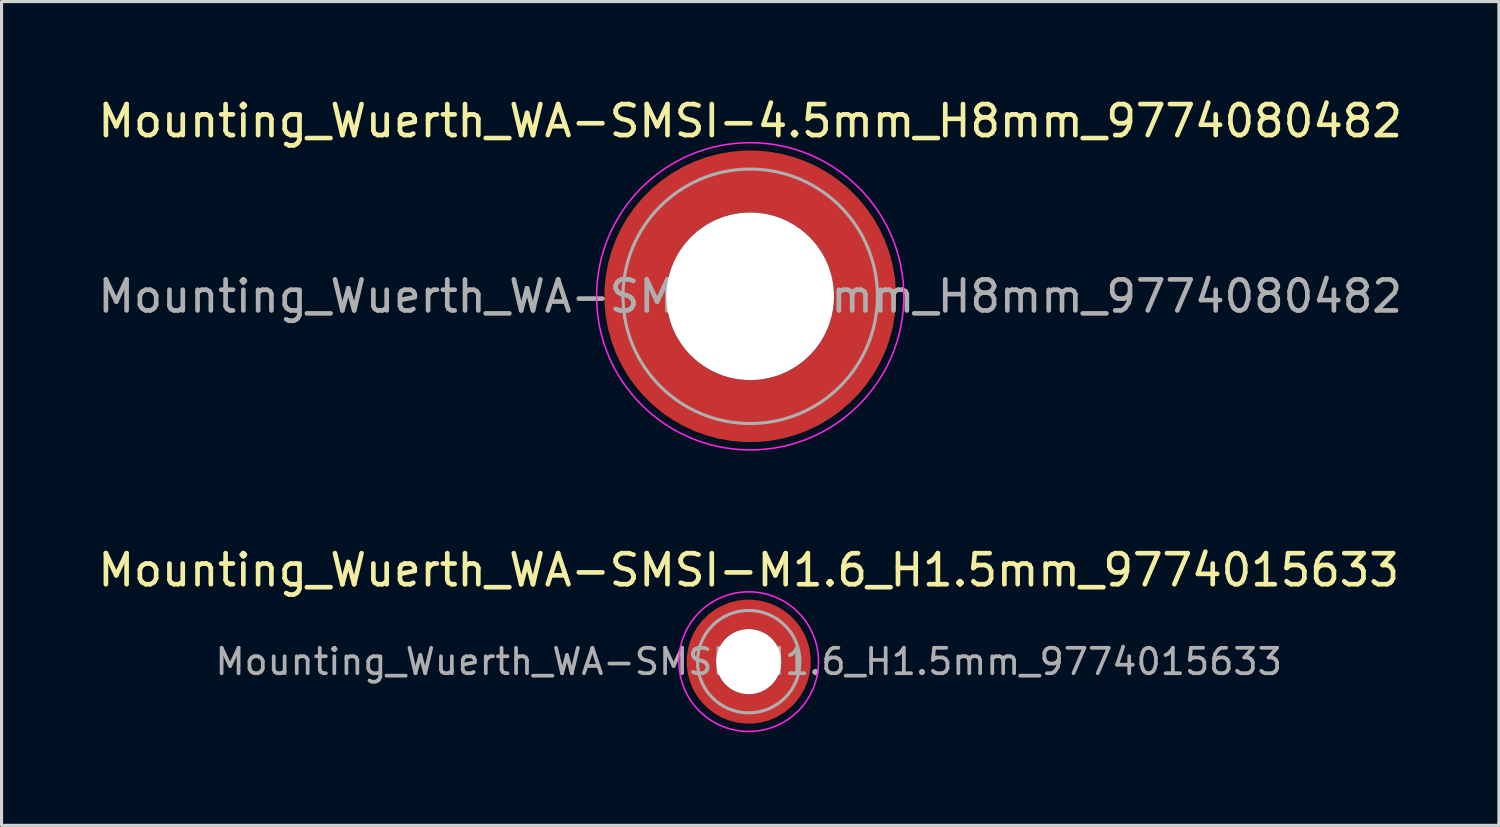
<source format=kicad_pcb>
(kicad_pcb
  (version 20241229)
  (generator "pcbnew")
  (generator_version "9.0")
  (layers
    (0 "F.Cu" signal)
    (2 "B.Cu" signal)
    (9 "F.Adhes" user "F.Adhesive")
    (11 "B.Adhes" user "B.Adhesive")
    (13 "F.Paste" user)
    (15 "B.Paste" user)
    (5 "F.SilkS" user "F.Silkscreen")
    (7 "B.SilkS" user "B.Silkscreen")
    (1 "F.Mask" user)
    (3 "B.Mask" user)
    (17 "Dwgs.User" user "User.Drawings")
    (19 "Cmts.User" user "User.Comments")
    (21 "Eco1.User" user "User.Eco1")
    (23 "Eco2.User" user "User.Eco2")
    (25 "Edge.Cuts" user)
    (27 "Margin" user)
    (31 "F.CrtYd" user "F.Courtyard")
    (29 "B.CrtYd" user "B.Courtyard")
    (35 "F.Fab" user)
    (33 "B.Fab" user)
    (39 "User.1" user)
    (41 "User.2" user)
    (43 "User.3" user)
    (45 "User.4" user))
  (footprint "Mounting_Wuerth_WA-SMSI-M1.6_H1.5mm_9774015633"
    (layer "F.Cu")
    (at 21.077 18.271)
    (property "Reference" "Mounting_Wuerth_WA-SMSI-M1.6_H1.5mm_9774015633" (at 0 -2.95 0) (layer "F.SilkS") (effects (font (size 1 1) (thickness 0.15))))
    (attr smd allow_soldermask_bridges)
    (fp_circle (center 0 0) (end 2.25 0) (stroke (width 0.05) (type solid)) (fill no) (layer "F.CrtYd"))
    (fp_circle (center 0 0) (end 1.65 0) (stroke (width 0.1) (type solid)) (fill no) (layer "F.Fab"))
    (fp_text user "${REFERENCE}" (at 0 0 0) (layer "F.Fab") (effects (font (size 0.82 0.82) (thickness 0.12))))
    (pad "" smd custom (at -1.061 -1.061) (size 0.4 0.4) (layers "F.Paste") (options (anchor circle)) (primitives (gr_arc (start -0.101235 0.76066) (mid 0.212132 0.212132) (end 0.76066 -0.101235) (width 0.2)) (gr_arc (start -0.204251 0.76066) (mid 0.141421 0.141421) (end 0.76066 -0.204251) (width 0.2)) (gr_arc (start -0.306819 0.76066) (mid 0.070711 0.070711) (end 0.76066 -0.306819) (width 0.2)) (gr_arc (start -0.409034 0.76066) (mid 0 0) (end 0.76066 -0.409034) (width 0.2)) (gr_arc (start -0.510963 0.76066) (mid -0.070711 -0.070711) (end 0.76066 -0.510963) (width 0.2)) (gr_arc (start -0.61266 0.76066) (mid -0.141421 -0.141421) (end 0.76066 -0.61266) (width 0.2)) (gr_arc (start -0.714164 0.76066) (mid -0.212132 -0.212132) (end 0.76066 -0.714164) (width 0.2)) (gr_line (start 0.761 -0.101) (end 0.761 -0.714) (width 0.2)) (gr_line (start -0.101 0.761) (end -0.714 0.761) (width 0.2))))
    (pad "" smd custom (at -1.061 1.061) (size 0.4 0.4) (layers "F.Paste") (options (anchor circle)) (primitives (gr_arc (start 0.76066 0.101235) (mid 0.212132 -0.212132) (end -0.101235 -0.76066) (width 0.2)) (gr_arc (start 0.76066 0.204251) (mid 0.141421 -0.141421) (end -0.204251 -0.76066) (width 0.2)) (gr_arc (start 0.76066 0.306819) (mid 0.070711 -0.070711) (end -0.306819 -0.76066) (width 0.2)) (gr_arc (start 0.76066 0.409034) (mid 0 0) (end -0.409034 -0.76066) (width 0.2)) (gr_arc (start 0.76066 0.510963) (mid -0.070711 0.070711) (end -0.510963 -0.76066) (width 0.2)) (gr_arc (start 0.76066 0.61266) (mid -0.141421 0.141421) (end -0.61266 -0.76066) (width 0.2)) (gr_arc (start 0.76066 0.714164) (mid -0.212132 0.212132) (end -0.714164 -0.76066) (width 0.2)) (gr_line (start -0.101 -0.761) (end -0.714 -0.761) (width 0.2)) (gr_line (start 0.761 0.101) (end 0.761 0.714) (width 0.2))))
    (pad "" np_thru_hole circle (at 0 0) (size 2.1 2.1) (drill 2.1) (layers "*.Cu" "*.Mask"))
    (pad "" smd custom (at 1.061 -1.061) (size 0.4 0.4) (layers "F.Paste") (options (anchor circle)) (primitives (gr_arc (start -0.76066 -0.101235) (mid -0.212132 0.212132) (end 0.101235 0.76066) (width 0.2)) (gr_arc (start -0.76066 -0.204251) (mid -0.141421 0.141421) (end 0.204251 0.76066) (width 0.2)) (gr_arc (start -0.76066 -0.306819) (mid -0.070711 0.070711) (end 0.306819 0.76066) (width 0.2)) (gr_arc (start -0.76066 -0.409034) (mid 0 0) (end 0.409034 0.76066) (width 0.2)) (gr_arc (start -0.76066 -0.510963) (mid 0.070711 -0.070711) (end 0.510963 0.76066) (width 0.2)) (gr_arc (start -0.76066 -0.61266) (mid 0.141421 -0.141421) (end 0.61266 0.76066) (width 0.2)) (gr_arc (start -0.76066 -0.714164) (mid 0.212132 -0.212132) (end 0.714164 0.76066) (width 0.2)) (gr_line (start 0.101 0.761) (end 0.714 0.761) (width 0.2)) (gr_line (start -0.761 -0.101) (end -0.761 -0.714) (width 0.2))))
    (pad "" smd custom (at 1.061 1.061) (size 0.4 0.4) (layers "F.Paste") (options (anchor circle)) (primitives (gr_arc (start 0.101235 -0.76066) (mid -0.212132 -0.212132) (end -0.76066 0.101235) (width 0.2)) (gr_arc (start 0.204251 -0.76066) (mid -0.141421 -0.141421) (end -0.76066 0.204251) (width 0.2)) (gr_arc (start 0.306819 -0.76066) (mid -0.070711 -0.070711) (end -0.76066 0.306819) (width 0.2)) (gr_arc (start 0.409034 -0.76066) (mid 0 0) (end -0.76066 0.409034) (width 0.2)) (gr_arc (start 0.510963 -0.76066) (mid 0.070711 0.070711) (end -0.76066 0.510963) (width 0.2)) (gr_arc (start 0.61266 -0.76066) (mid 0.141421 0.141421) (end -0.76066 0.61266) (width 0.2)) (gr_arc (start 0.714164 -0.76066) (mid 0.212132 0.212132) (end -0.76066 0.714164) (width 0.2)) (gr_line (start -0.761 0.101) (end -0.761 0.714) (width 0.2)) (gr_line (start 0.101 -0.761) (end 0.714 -0.761) (width 0.2))))
    (pad "1" smd circle (at -1.525 0) (size 0.442 0.442) (layers "F.Cu"))
    (pad "1" smd circle (at 0 -1.525) (size 0.442 0.442) (layers "F.Cu"))
    (pad "1" smd circle (at 0 1.525) (size 0.442 0.442) (layers "F.Cu"))
    (pad "1" smd custom (at 1.525 0) (size 0.95 0.95) (layers "F.Cu" "F.Mask") (options (anchor circle)) (primitives (gr_circle (center -1.525 0) (end 0 0) (width 0.95) (fill no)))))
  (footprint "Mounting_Wuerth_WA-SMSI-4.5mm_H8mm_9774080482"
    (layer "F.Cu")
    (at 21.125 6.498)
    (property "Reference" "Mounting_Wuerth_WA-SMSI-4.5mm_H8mm_9774080482" (at 0 -5.65 0) (layer "F.SilkS") (effects (font (size 1 1) (thickness 0.15))))
    (attr smd allow_soldermask_bridges)
    (fp_circle (center 0 0) (end 4.95 0) (stroke (width 0.05) (type solid)) (fill no) (layer "F.CrtYd"))
    (fp_circle (center 0 0) (end 4.1 0) (stroke (width 0.1) (type solid)) (fill no) (layer "F.Fab"))
    (fp_text user "${REFERENCE}" (at 0 0 0) (layer "F.Fab") (effects (font (size 1 1) (thickness 0.15))))
    (pad "" smd custom (at -2.607 -2.607) (size 0.948 0.948) (layers "F.Paste") (options (anchor circle)) (primitives (gr_arc (start -0.188183 2.107456) (mid 0.599273 0.599273) (end 2.107456 -0.188183) (width 0.2)) (gr_arc (start -0.289416 2.107456) (mid 0.52877 0.52877) (end 2.107456 -0.289416) (width 0.2)) (gr_arc (start -0.390547 2.107456) (mid 0.458268 0.458268) (end 2.107456 -0.390547) (width 0.2)) (gr_arc (start -0.491585 2.107456) (mid 0.387765 0.387765) (end 2.107456 -0.491585) (width 0.2)) (gr_arc (start -0.59254 2.107456) (mid 0.317262 0.317262) (end 2.107456 -0.59254) (width 0.2)) (gr_arc (start -0.693419 2.107456) (mid 0.246759 0.246759) (end 2.107456 -0.693419) (width 0.2)) (gr_arc (start -0.794229 2.107456) (mid 0.176257 0.176257) (end 2.107456 -0.794229) (width 0.2)) (gr_arc (start -0.894975 2.107456) (mid 0.105754 0.105754) (end 2.107456 -0.894975) (width 0.2)) (gr_arc (start -0.995664 2.107456) (mid 0.035251 0.035251) (end 2.107456 -0.995664) (width 0.2)) (gr_arc (start -1.0963 2.107456) (mid -0.035251 -0.035251) (end 2.107456 -1.0963) (width 0.2)) (gr_arc (start -1.196886 2.107456) (mid -0.105754 -0.105754) (end 2.107456 -1.196886) (width 0.2)) (gr_arc (start -1.297427 2.107456) (mid -0.176257 -0.176257) (end 2.107456 -1.297427) (width 0.2)) (gr_arc (start -1.397927 2.107456) (mid -0.246759 -0.246759) (end 2.107456 -1.397927) (width 0.2)) (gr_arc (start -1.498388 2.107456) (mid -0.317262 -0.317262) (end 2.107456 -1.498388) (width 0.2)) (gr_arc (start -1.598813 2.107456) (mid -0.387765 -0.387765) (end 2.107456 -1.598813) (width 0.2)) (gr_arc (start -1.699204 2.107456) (mid -0.458268 -0.458268) (end 2.107456 -1.699204) (width 0.2)) (gr_arc (start -1.799565 2.107456) (mid -0.52877 -0.52877) (end 2.107456 -1.799565) (width 0.2)) (gr_arc (start -1.899896 2.107456) (mid -0.599273 -0.599273) (end 2.107456 -1.899896) (width 0.2)) (gr_arc (start -1.899896 2.107456) (mid -0.599273 -0.599273) (end 2.107456 -1.899896) (width 0.2)) (gr_line (start 2.107 -0.188) (end 2.107 -1.9) (width 0.2)) (gr_line (start -0.188 2.107) (end -1.9 2.107) (width 0.2))))
    (pad "" smd custom (at -2.607 2.607) (size 0.948 0.948) (layers "F.Paste") (options (anchor circle)) (primitives (gr_arc (start 2.107456 0.188183) (mid 0.599273 -0.599273) (end -0.188183 -2.107456) (width 0.2)) (gr_arc (start 2.107456 0.289416) (mid 0.52877 -0.52877) (end -0.289416 -2.107456) (width 0.2)) (gr_arc (start 2.107456 0.390547) (mid 0.458268 -0.458268) (end -0.390547 -2.107456) (width 0.2)) (gr_arc (start 2.107456 0.491585) (mid 0.387765 -0.387765) (end -0.491585 -2.107456) (width 0.2)) (gr_arc (start 2.107456 0.59254) (mid 0.317262 -0.317262) (end -0.59254 -2.107456) (width 0.2)) (gr_arc (start 2.107456 0.693419) (mid 0.246759 -0.246759) (end -0.693419 -2.107456) (width 0.2)) (gr_arc (start 2.107456 0.794229) (mid 0.176257 -0.176257) (end -0.794229 -2.107456) (width 0.2)) (gr_arc (start 2.107456 0.894975) (mid 0.105754 -0.105754) (end -0.894975 -2.107456) (width 0.2)) (gr_arc (start 2.107456 0.995664) (mid 0.035251 -0.035251) (end -0.995664 -2.107456) (width 0.2)) (gr_arc (start 2.107456 1.0963) (mid -0.035251 0.035251) (end -1.0963 -2.107456) (width 0.2)) (gr_arc (start 2.107456 1.196886) (mid -0.105754 0.105754) (end -1.196886 -2.107456) (width 0.2)) (gr_arc (start 2.107456 1.297427) (mid -0.176257 0.176257) (end -1.297427 -2.107456) (width 0.2)) (gr_arc (start 2.107456 1.397927) (mid -0.246759 0.246759) (end -1.397927 -2.107456) (width 0.2)) (gr_arc (start 2.107456 1.498388) (mid -0.317262 0.317262) (end -1.498388 -2.107456) (width 0.2)) (gr_arc (start 2.107456 1.598813) (mid -0.387765 0.387765) (end -1.598813 -2.107456) (width 0.2)) (gr_arc (start 2.107456 1.699204) (mid -0.458268 0.458268) (end -1.699204 -2.107456) (width 0.2)) (gr_arc (start 2.107456 1.799565) (mid -0.52877 0.52877) (end -1.799565 -2.107456) (width 0.2)) (gr_arc (start 2.107456 1.899896) (mid -0.599273 0.599273) (end -1.899896 -2.107456) (width 0.2)) (gr_arc (start 2.107456 1.899896) (mid -0.599273 0.599273) (end -1.899896 -2.107456) (width 0.2)) (gr_line (start -0.188 -2.107) (end -1.9 -2.107) (width 0.2)) (gr_line (start 2.107 0.188) (end 2.107 1.9) (width 0.2))))
    (pad "" np_thru_hole circle (at 0 0) (size 5.4 5.4) (drill 5.4) (layers "*.Cu" "*.Mask"))
    (pad "" smd custom (at 2.607 -2.607) (size 0.948 0.948) (layers "F.Paste") (options (anchor circle)) (primitives (gr_arc (start -2.107456 -0.188183) (mid -0.599273 0.599273) (end 0.188183 2.107456) (width 0.2)) (gr_arc (start -2.107456 -0.289416) (mid -0.52877 0.52877) (end 0.289416 2.107456) (width 0.2)) (gr_arc (start -2.107456 -0.390547) (mid -0.458268 0.458268) (end 0.390547 2.107456) (width 0.2)) (gr_arc (start -2.107456 -0.491585) (mid -0.387765 0.387765) (end 0.491585 2.107456) (width 0.2)) (gr_arc (start -2.107456 -0.59254) (mid -0.317262 0.317262) (end 0.59254 2.107456) (width 0.2)) (gr_arc (start -2.107456 -0.693419) (mid -0.246759 0.246759) (end 0.693419 2.107456) (width 0.2)) (gr_arc (start -2.107456 -0.794229) (mid -0.176257 0.176257) (end 0.794229 2.107456) (width 0.2)) (gr_arc (start -2.107456 -0.894975) (mid -0.105754 0.105754) (end 0.894975 2.107456) (width 0.2)) (gr_arc (start -2.107456 -0.995664) (mid -0.035251 0.035251) (end 0.995664 2.107456) (width 0.2)) (gr_arc (start -2.107456 -1.0963) (mid 0.035251 -0.035251) (end 1.0963 2.107456) (width 0.2)) (gr_arc (start -2.107456 -1.196886) (mid 0.105754 -0.105754) (end 1.196886 2.107456) (width 0.2)) (gr_arc (start -2.107456 -1.297427) (mid 0.176257 -0.176257) (end 1.297427 2.107456) (width 0.2)) (gr_arc (start -2.107456 -1.397927) (mid 0.246759 -0.246759) (end 1.397927 2.107456) (width 0.2)) (gr_arc (start -2.107456 -1.498388) (mid 0.317262 -0.317262) (end 1.498388 2.107456) (width 0.2)) (gr_arc (start -2.107456 -1.598813) (mid 0.387765 -0.387765) (end 1.598813 2.107456) (width 0.2)) (gr_arc (start -2.107456 -1.699204) (mid 0.458268 -0.458268) (end 1.699204 2.107456) (width 0.2)) (gr_arc (start -2.107456 -1.799565) (mid 0.52877 -0.52877) (end 1.799565 2.107456) (width 0.2)) (gr_arc (start -2.107456 -1.899896) (mid 0.599273 -0.599273) (end 1.899896 2.107456) (width 0.2)) (gr_arc (start -2.107456 -1.899896) (mid 0.599273 -0.599273) (end 1.899896 2.107456) (width 0.2)) (gr_line (start 0.188 2.107) (end 1.9 2.107) (width 0.2)) (gr_line (start -2.107 -0.188) (end -2.107 -1.9) (width 0.2))))
    (pad "" smd custom (at 2.607 2.607) (size 0.948 0.948) (layers "F.Paste") (options (anchor circle)) (primitives (gr_arc (start 0.188183 -2.107456) (mid -0.599273 -0.599273) (end -2.107456 0.188183) (width 0.2)) (gr_arc (start 0.289416 -2.107456) (mid -0.52877 -0.52877) (end -2.107456 0.289416) (width 0.2)) (gr_arc (start 0.390547 -2.107456) (mid -0.458268 -0.458268) (end -2.107456 0.390547) (width 0.2)) (gr_arc (start 0.491585 -2.107456) (mid -0.387765 -0.387765) (end -2.107456 0.491585) (width 0.2)) (gr_arc (start 0.59254 -2.107456) (mid -0.317262 -0.317262) (end -2.107456 0.59254) (width 0.2)) (gr_arc (start 0.693419 -2.107456) (mid -0.246759 -0.246759) (end -2.107456 0.693419) (width 0.2)) (gr_arc (start 0.794229 -2.107456) (mid -0.176257 -0.176257) (end -2.107456 0.794229) (width 0.2)) (gr_arc (start 0.894975 -2.107456) (mid -0.105754 -0.105754) (end -2.107456 0.894975) (width 0.2)) (gr_arc (start 0.995664 -2.107456) (mid -0.035251 -0.035251) (end -2.107456 0.995664) (width 0.2)) (gr_arc (start 1.0963 -2.107456) (mid 0.035251 0.035251) (end -2.107456 1.0963) (width 0.2)) (gr_arc (start 1.196886 -2.107456) (mid 0.105754 0.105754) (end -2.107456 1.196886) (width 0.2)) (gr_arc (start 1.297427 -2.107456) (mid 0.176257 0.176257) (end -2.107456 1.297427) (width 0.2)) (gr_arc (start 1.397927 -2.107456) (mid 0.246759 0.246759) (end -2.107456 1.397927) (width 0.2)) (gr_arc (start 1.498388 -2.107456) (mid 0.317262 0.317262) (end -2.107456 1.498388) (width 0.2)) (gr_arc (start 1.598813 -2.107456) (mid 0.387765 0.387765) (end -2.107456 1.598813) (width 0.2)) (gr_arc (start 1.699204 -2.107456) (mid 0.458268 0.458268) (end -2.107456 1.699204) (width 0.2)) (gr_arc (start 1.799565 -2.107456) (mid 0.52877 0.52877) (end -2.107456 1.799565) (width 0.2)) (gr_arc (start 1.899896 -2.107456) (mid 0.599273 0.599273) (end -2.107456 1.899896) (width 0.2)) (gr_arc (start 1.899896 -2.107456) (mid 0.599273 0.599273) (end -2.107456 1.899896) (width 0.2)) (gr_line (start -2.107 0.188) (end -2.107 1.9) (width 0.2)) (gr_line (start 0.188 -2.107) (end 1.9 -2.107) (width 0.2))))
    (pad "1" smd circle (at -3.7 0) (size 1.492 1.492) (layers "F.Cu"))
    (pad "1" smd circle (at 0 -3.7) (size 1.492 1.492) (layers "F.Cu"))
    (pad "1" smd circle (at 0 3.7) (size 1.492 1.492) (layers "F.Cu"))
    (pad "1" smd custom (at 3.7 0) (size 2 2) (layers "F.Cu" "F.Mask") (options (anchor circle)) (primitives (gr_circle (center -3.7 0) (end 0 0) (width 2) (fill no)))))
  (gr_rect
    (start -3 -3)
    (end 45.25 23.547)
    (stroke (width 0.1) (type default))
    (fill no)
    (layer "Edge.Cuts")))
</source>
